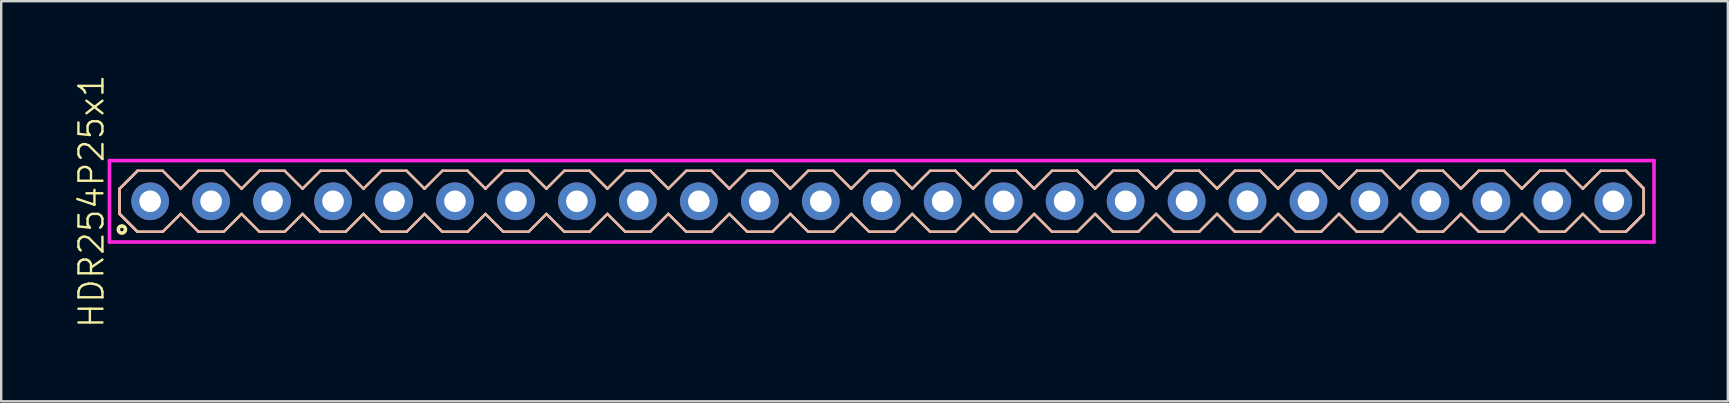
<source format=kicad_pcb>
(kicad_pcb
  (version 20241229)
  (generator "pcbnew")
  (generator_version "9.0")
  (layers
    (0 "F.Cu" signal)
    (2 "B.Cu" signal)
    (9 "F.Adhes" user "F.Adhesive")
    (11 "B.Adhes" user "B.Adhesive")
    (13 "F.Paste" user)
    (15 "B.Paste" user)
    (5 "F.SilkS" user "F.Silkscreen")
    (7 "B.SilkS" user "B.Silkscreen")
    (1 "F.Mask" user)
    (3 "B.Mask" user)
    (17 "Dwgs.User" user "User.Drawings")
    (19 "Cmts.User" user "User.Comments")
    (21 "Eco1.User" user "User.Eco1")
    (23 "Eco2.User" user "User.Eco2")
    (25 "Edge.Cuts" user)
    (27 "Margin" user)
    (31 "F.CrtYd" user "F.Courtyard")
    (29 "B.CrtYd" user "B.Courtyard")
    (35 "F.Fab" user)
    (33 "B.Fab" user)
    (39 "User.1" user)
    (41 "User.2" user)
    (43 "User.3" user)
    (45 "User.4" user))
  (footprint "HDR254P25x1"
    (layer "F.Cu")
    (at 33.685 5.336)
    (property "Reference" "HDR254P25x1" (at -32.925 0 90) (layer "F.SilkS") (effects (font (size 1 1) (thickness 0.1))))
    (attr through_hole)
    (fp_line (start -31.75 -0.526) (end -31.006 -1.27) (stroke (width 0.1) (type solid)) (layer "F.SilkS"))
    (fp_line (start -31.75 -0.526) (end -31.006 -1.27) (stroke (width 0.1) (type solid)) (layer "F.SilkS"))
    (fp_line (start -31.75 0.526) (end -31.75 -0.526) (stroke (width 0.1) (type solid)) (layer "F.SilkS"))
    (fp_line (start -31.75 0.526) (end -31.75 -0.526) (stroke (width 0.1) (type solid)) (layer "F.SilkS"))
    (fp_line (start -31.006 -1.27) (end -29.954 -1.27) (stroke (width 0.1) (type solid)) (layer "F.SilkS"))
    (fp_line (start -31.006 1.27) (end -31.75 0.526) (stroke (width 0.1) (type solid)) (layer "F.SilkS"))
    (fp_line (start -31.006 1.27) (end -31.75 0.526) (stroke (width 0.1) (type solid)) (layer "F.SilkS"))
    (fp_line (start -29.954 -1.27) (end -29.21 -0.526) (stroke (width 0.1) (type solid)) (layer "F.SilkS"))
    (fp_line (start -29.954 1.27) (end -31.006 1.27) (stroke (width 0.1) (type solid)) (layer "F.SilkS"))
    (fp_line (start -29.21 -0.526) (end -28.466 -1.27) (stroke (width 0.1) (type solid)) (layer "F.SilkS"))
    (fp_line (start -29.21 0.526) (end -29.954 1.27) (stroke (width 0.1) (type solid)) (layer "F.SilkS"))
    (fp_line (start -28.466 -1.27) (end -27.414 -1.27) (stroke (width 0.1) (type solid)) (layer "F.SilkS"))
    (fp_line (start -28.466 1.27) (end -29.21 0.526) (stroke (width 0.1) (type solid)) (layer "F.SilkS"))
    (fp_line (start -27.414 -1.27) (end -26.67 -0.526) (stroke (width 0.1) (type solid)) (layer "F.SilkS"))
    (fp_line (start -27.414 1.27) (end -28.466 1.27) (stroke (width 0.1) (type solid)) (layer "F.SilkS"))
    (fp_line (start -26.67 -0.526) (end -25.926 -1.27) (stroke (width 0.1) (type solid)) (layer "F.SilkS"))
    (fp_line (start -26.67 0.526) (end -27.414 1.27) (stroke (width 0.1) (type solid)) (layer "F.SilkS"))
    (fp_line (start -25.926 -1.27) (end -24.874 -1.27) (stroke (width 0.1) (type solid)) (layer "F.SilkS"))
    (fp_line (start -25.926 1.27) (end -26.67 0.526) (stroke (width 0.1) (type solid)) (layer "F.SilkS"))
    (fp_line (start -24.874 -1.27) (end -24.13 -0.526) (stroke (width 0.1) (type solid)) (layer "F.SilkS"))
    (fp_line (start -24.874 1.27) (end -25.926 1.27) (stroke (width 0.1) (type solid)) (layer "F.SilkS"))
    (fp_line (start -24.13 -0.526) (end -23.386 -1.27) (stroke (width 0.1) (type solid)) (layer "F.SilkS"))
    (fp_line (start -24.13 0.526) (end -24.874 1.27) (stroke (width 0.1) (type solid)) (layer "F.SilkS"))
    (fp_line (start -23.386 -1.27) (end -22.334 -1.27) (stroke (width 0.1) (type solid)) (layer "F.SilkS"))
    (fp_line (start -23.386 1.27) (end -24.13 0.526) (stroke (width 0.1) (type solid)) (layer "F.SilkS"))
    (fp_line (start -22.334 -1.27) (end -21.59 -0.526) (stroke (width 0.1) (type solid)) (layer "F.SilkS"))
    (fp_line (start -22.334 1.27) (end -23.386 1.27) (stroke (width 0.1) (type solid)) (layer "F.SilkS"))
    (fp_line (start -21.59 -0.526) (end -20.846 -1.27) (stroke (width 0.1) (type solid)) (layer "F.SilkS"))
    (fp_line (start -21.59 0.526) (end -22.334 1.27) (stroke (width 0.1) (type solid)) (layer "F.SilkS"))
    (fp_line (start -20.846 -1.27) (end -19.794 -1.27) (stroke (width 0.1) (type solid)) (layer "F.SilkS"))
    (fp_line (start -20.846 1.27) (end -21.59 0.526) (stroke (width 0.1) (type solid)) (layer "F.SilkS"))
    (fp_line (start -19.794 -1.27) (end -19.05 -0.526) (stroke (width 0.1) (type solid)) (layer "F.SilkS"))
    (fp_line (start -19.794 1.27) (end -20.846 1.27) (stroke (width 0.1) (type solid)) (layer "F.SilkS"))
    (fp_line (start -19.05 -0.526) (end -18.306 -1.27) (stroke (width 0.1) (type solid)) (layer "F.SilkS"))
    (fp_line (start -19.05 0.526) (end -19.794 1.27) (stroke (width 0.1) (type solid)) (layer "F.SilkS"))
    (fp_line (start -18.306 -1.27) (end -17.254 -1.27) (stroke (width 0.1) (type solid)) (layer "F.SilkS"))
    (fp_line (start -18.306 1.27) (end -19.05 0.526) (stroke (width 0.1) (type solid)) (layer "F.SilkS"))
    (fp_line (start -17.254 -1.27) (end -16.51 -0.526) (stroke (width 0.1) (type solid)) (layer "F.SilkS"))
    (fp_line (start -17.254 1.27) (end -18.306 1.27) (stroke (width 0.1) (type solid)) (layer "F.SilkS"))
    (fp_line (start -16.51 -0.526) (end -15.766 -1.27) (stroke (width 0.1) (type solid)) (layer "F.SilkS"))
    (fp_line (start -16.51 0.526) (end -17.254 1.27) (stroke (width 0.1) (type solid)) (layer "F.SilkS"))
    (fp_line (start -15.766 -1.27) (end -14.714 -1.27) (stroke (width 0.1) (type solid)) (layer "F.SilkS"))
    (fp_line (start -15.766 1.27) (end -16.51 0.526) (stroke (width 0.1) (type solid)) (layer "F.SilkS"))
    (fp_line (start -14.714 -1.27) (end -13.97 -0.526) (stroke (width 0.1) (type solid)) (layer "F.SilkS"))
    (fp_line (start -14.714 1.27) (end -15.766 1.27) (stroke (width 0.1) (type solid)) (layer "F.SilkS"))
    (fp_line (start -13.97 -0.526) (end -13.226 -1.27) (stroke (width 0.1) (type solid)) (layer "F.SilkS"))
    (fp_line (start -13.97 0.526) (end -14.714 1.27) (stroke (width 0.1) (type solid)) (layer "F.SilkS"))
    (fp_line (start -13.226 -1.27) (end -12.174 -1.27) (stroke (width 0.1) (type solid)) (layer "F.SilkS"))
    (fp_line (start -13.226 1.27) (end -13.97 0.526) (stroke (width 0.1) (type solid)) (layer "F.SilkS"))
    (fp_line (start -12.174 -1.27) (end -11.43 -0.526) (stroke (width 0.1) (type solid)) (layer "F.SilkS"))
    (fp_line (start -12.174 1.27) (end -13.226 1.27) (stroke (width 0.1) (type solid)) (layer "F.SilkS"))
    (fp_line (start -11.43 -0.526) (end -10.686 -1.27) (stroke (width 0.1) (type solid)) (layer "F.SilkS"))
    (fp_line (start -11.43 0.526) (end -12.174 1.27) (stroke (width 0.1) (type solid)) (layer "F.SilkS"))
    (fp_line (start -10.686 -1.27) (end -9.634 -1.27) (stroke (width 0.1) (type solid)) (layer "F.SilkS"))
    (fp_line (start -10.686 1.27) (end -11.43 0.526) (stroke (width 0.1) (type solid)) (layer "F.SilkS"))
    (fp_line (start -9.634 -1.27) (end -8.89 -0.526) (stroke (width 0.1) (type solid)) (layer "F.SilkS"))
    (fp_line (start -9.634 1.27) (end -10.686 1.27) (stroke (width 0.1) (type solid)) (layer "F.SilkS"))
    (fp_line (start -8.89 -0.526) (end -8.146 -1.27) (stroke (width 0.1) (type solid)) (layer "F.SilkS"))
    (fp_line (start -8.89 0.526) (end -9.634 1.27) (stroke (width 0.1) (type solid)) (layer "F.SilkS"))
    (fp_line (start -8.146 -1.27) (end -7.094 -1.27) (stroke (width 0.1) (type solid)) (layer "F.SilkS"))
    (fp_line (start -8.146 1.27) (end -8.89 0.526) (stroke (width 0.1) (type solid)) (layer "F.SilkS"))
    (fp_line (start -7.094 -1.27) (end -6.35 -0.526) (stroke (width 0.1) (type solid)) (layer "F.SilkS"))
    (fp_line (start -7.094 1.27) (end -8.146 1.27) (stroke (width 0.1) (type solid)) (layer "F.SilkS"))
    (fp_line (start -6.35 -0.526) (end -5.606 -1.27) (stroke (width 0.1) (type solid)) (layer "F.SilkS"))
    (fp_line (start -6.35 0.526) (end -7.094 1.27) (stroke (width 0.1) (type solid)) (layer "F.SilkS"))
    (fp_line (start -5.606 -1.27) (end -4.554 -1.27) (stroke (width 0.1) (type solid)) (layer "F.SilkS"))
    (fp_line (start -5.606 1.27) (end -6.35 0.526) (stroke (width 0.1) (type solid)) (layer "F.SilkS"))
    (fp_line (start -4.554 -1.27) (end -3.81 -0.526) (stroke (width 0.1) (type solid)) (layer "F.SilkS"))
    (fp_line (start -4.554 1.27) (end -5.606 1.27) (stroke (width 0.1) (type solid)) (layer "F.SilkS"))
    (fp_line (start -3.81 -0.526) (end -3.066 -1.27) (stroke (width 0.1) (type solid)) (layer "F.SilkS"))
    (fp_line (start -3.81 0.526) (end -4.554 1.27) (stroke (width 0.1) (type solid)) (layer "F.SilkS"))
    (fp_line (start -3.066 -1.27) (end -2.014 -1.27) (stroke (width 0.1) (type solid)) (layer "F.SilkS"))
    (fp_line (start -3.066 1.27) (end -3.81 0.526) (stroke (width 0.1) (type solid)) (layer "F.SilkS"))
    (fp_line (start -2.014 -1.27) (end -1.27 -0.526) (stroke (width 0.1) (type solid)) (layer "F.SilkS"))
    (fp_line (start -2.014 1.27) (end -3.066 1.27) (stroke (width 0.1) (type solid)) (layer "F.SilkS"))
    (fp_line (start -1.27 -0.526) (end -0.526 -1.27) (stroke (width 0.1) (type solid)) (layer "F.SilkS"))
    (fp_line (start -1.27 0.526) (end -2.014 1.27) (stroke (width 0.1) (type solid)) (layer "F.SilkS"))
    (fp_line (start -0.526 -1.27) (end 0.526 -1.27) (stroke (width 0.1) (type solid)) (layer "F.SilkS"))
    (fp_line (start -0.526 1.27) (end -1.27 0.526) (stroke (width 0.1) (type solid)) (layer "F.SilkS"))
    (fp_line (start 0.526 -1.27) (end 1.27 -0.526) (stroke (width 0.1) (type solid)) (layer "F.SilkS"))
    (fp_line (start 0.526 1.27) (end -0.526 1.27) (stroke (width 0.1) (type solid)) (layer "F.SilkS"))
    (fp_line (start 1.27 -0.526) (end 2.014 -1.27) (stroke (width 0.1) (type solid)) (layer "F.SilkS"))
    (fp_line (start 1.27 0.526) (end 0.526 1.27) (stroke (width 0.1) (type solid)) (layer "F.SilkS"))
    (fp_line (start 2.014 -1.27) (end 3.066 -1.27) (stroke (width 0.1) (type solid)) (layer "F.SilkS"))
    (fp_line (start 2.014 1.27) (end 1.27 0.526) (stroke (width 0.1) (type solid)) (layer "F.SilkS"))
    (fp_line (start 3.066 -1.27) (end 3.81 -0.526) (stroke (width 0.1) (type solid)) (layer "F.SilkS"))
    (fp_line (start 3.066 1.27) (end 2.014 1.27) (stroke (width 0.1) (type solid)) (layer "F.SilkS"))
    (fp_line (start 3.81 -0.526) (end 4.554 -1.27) (stroke (width 0.1) (type solid)) (layer "F.SilkS"))
    (fp_line (start 3.81 0.526) (end 3.066 1.27) (stroke (width 0.1) (type solid)) (layer "F.SilkS"))
    (fp_line (start 4.554 -1.27) (end 5.606 -1.27) (stroke (width 0.1) (type solid)) (layer "F.SilkS"))
    (fp_line (start 4.554 1.27) (end 3.81 0.526) (stroke (width 0.1) (type solid)) (layer "F.SilkS"))
    (fp_line (start 5.606 -1.27) (end 6.35 -0.526) (stroke (width 0.1) (type solid)) (layer "F.SilkS"))
    (fp_line (start 5.606 1.27) (end 4.554 1.27) (stroke (width 0.1) (type solid)) (layer "F.SilkS"))
    (fp_line (start 6.35 -0.526) (end 7.094 -1.27) (stroke (width 0.1) (type solid)) (layer "F.SilkS"))
    (fp_line (start 6.35 0.526) (end 5.606 1.27) (stroke (width 0.1) (type solid)) (layer "F.SilkS"))
    (fp_line (start 7.094 -1.27) (end 8.146 -1.27) (stroke (width 0.1) (type solid)) (layer "F.SilkS"))
    (fp_line (start 7.094 1.27) (end 6.35 0.526) (stroke (width 0.1) (type solid)) (layer "F.SilkS"))
    (fp_line (start 8.146 -1.27) (end 8.89 -0.526) (stroke (width 0.1) (type solid)) (layer "F.SilkS"))
    (fp_line (start 8.146 1.27) (end 7.094 1.27) (stroke (width 0.1) (type solid)) (layer "F.SilkS"))
    (fp_line (start 8.89 -0.526) (end 9.634 -1.27) (stroke (width 0.1) (type solid)) (layer "F.SilkS"))
    (fp_line (start 8.89 0.526) (end 8.146 1.27) (stroke (width 0.1) (type solid)) (layer "F.SilkS"))
    (fp_line (start 9.634 -1.27) (end 10.686 -1.27) (stroke (width 0.1) (type solid)) (layer "F.SilkS"))
    (fp_line (start 9.634 1.27) (end 8.89 0.526) (stroke (width 0.1) (type solid)) (layer "F.SilkS"))
    (fp_line (start 10.686 -1.27) (end 11.43 -0.526) (stroke (width 0.1) (type solid)) (layer "F.SilkS"))
    (fp_line (start 10.686 1.27) (end 9.634 1.27) (stroke (width 0.1) (type solid)) (layer "F.SilkS"))
    (fp_line (start 11.43 -0.526) (end 12.174 -1.27) (stroke (width 0.1) (type solid)) (layer "F.SilkS"))
    (fp_line (start 11.43 0.526) (end 10.686 1.27) (stroke (width 0.1) (type solid)) (layer "F.SilkS"))
    (fp_line (start 12.174 -1.27) (end 13.226 -1.27) (stroke (width 0.1) (type solid)) (layer "F.SilkS"))
    (fp_line (start 12.174 1.27) (end 11.43 0.526) (stroke (width 0.1) (type solid)) (layer "F.SilkS"))
    (fp_line (start 13.226 -1.27) (end 13.97 -0.526) (stroke (width 0.1) (type solid)) (layer "F.SilkS"))
    (fp_line (start 13.226 1.27) (end 12.174 1.27) (stroke (width 0.1) (type solid)) (layer "F.SilkS"))
    (fp_line (start 13.97 -0.526) (end 14.714 -1.27) (stroke (width 0.1) (type solid)) (layer "F.SilkS"))
    (fp_line (start 13.97 0.526) (end 13.226 1.27) (stroke (width 0.1) (type solid)) (layer "F.SilkS"))
    (fp_line (start 14.714 -1.27) (end 15.766 -1.27) (stroke (width 0.1) (type solid)) (layer "F.SilkS"))
    (fp_line (start 14.714 1.27) (end 13.97 0.526) (stroke (width 0.1) (type solid)) (layer "F.SilkS"))
    (fp_line (start 15.766 -1.27) (end 16.51 -0.526) (stroke (width 0.1) (type solid)) (layer "F.SilkS"))
    (fp_line (start 15.766 1.27) (end 14.714 1.27) (stroke (width 0.1) (type solid)) (layer "F.SilkS"))
    (fp_line (start 16.51 -0.526) (end 17.254 -1.27) (stroke (width 0.1) (type solid)) (layer "F.SilkS"))
    (fp_line (start 16.51 0.526) (end 15.766 1.27) (stroke (width 0.1) (type solid)) (layer "F.SilkS"))
    (fp_line (start 17.254 -1.27) (end 18.306 -1.27) (stroke (width 0.1) (type solid)) (layer "F.SilkS"))
    (fp_line (start 17.254 1.27) (end 16.51 0.526) (stroke (width 0.1) (type solid)) (layer "F.SilkS"))
    (fp_line (start 18.306 -1.27) (end 19.05 -0.526) (stroke (width 0.1) (type solid)) (layer "F.SilkS"))
    (fp_line (start 18.306 1.27) (end 17.254 1.27) (stroke (width 0.1) (type solid)) (layer "F.SilkS"))
    (fp_line (start 19.05 -0.526) (end 19.794 -1.27) (stroke (width 0.1) (type solid)) (layer "F.SilkS"))
    (fp_line (start 19.05 0.526) (end 18.306 1.27) (stroke (width 0.1) (type solid)) (layer "F.SilkS"))
    (fp_line (start 19.794 -1.27) (end 20.846 -1.27) (stroke (width 0.1) (type solid)) (layer "F.SilkS"))
    (fp_line (start 19.794 1.27) (end 19.05 0.526) (stroke (width 0.1) (type solid)) (layer "F.SilkS"))
    (fp_line (start 20.846 -1.27) (end 21.59 -0.526) (stroke (width 0.1) (type solid)) (layer "F.SilkS"))
    (fp_line (start 20.846 1.27) (end 19.794 1.27) (stroke (width 0.1) (type solid)) (layer "F.SilkS"))
    (fp_line (start 21.59 -0.526) (end 22.334 -1.27) (stroke (width 0.1) (type solid)) (layer "F.SilkS"))
    (fp_line (start 21.59 0.526) (end 20.846 1.27) (stroke (width 0.1) (type solid)) (layer "F.SilkS"))
    (fp_line (start 22.334 -1.27) (end 23.386 -1.27) (stroke (width 0.1) (type solid)) (layer "F.SilkS"))
    (fp_line (start 22.334 1.27) (end 21.59 0.526) (stroke (width 0.1) (type solid)) (layer "F.SilkS"))
    (fp_line (start 23.386 -1.27) (end 24.13 -0.526) (stroke (width 0.1) (type solid)) (layer "F.SilkS"))
    (fp_line (start 23.386 1.27) (end 22.334 1.27) (stroke (width 0.1) (type solid)) (layer "F.SilkS"))
    (fp_line (start 24.13 -0.526) (end 24.874 -1.27) (stroke (width 0.1) (type solid)) (layer "F.SilkS"))
    (fp_line (start 24.13 0.526) (end 23.386 1.27) (stroke (width 0.1) (type solid)) (layer "F.SilkS"))
    (fp_line (start 24.874 -1.27) (end 25.926 -1.27) (stroke (width 0.1) (type solid)) (layer "F.SilkS"))
    (fp_line (start 24.874 1.27) (end 24.13 0.526) (stroke (width 0.1) (type solid)) (layer "F.SilkS"))
    (fp_line (start 25.926 -1.27) (end 26.67 -0.526) (stroke (width 0.1) (type solid)) (layer "F.SilkS"))
    (fp_line (start 25.926 1.27) (end 24.874 1.27) (stroke (width 0.1) (type solid)) (layer "F.SilkS"))
    (fp_line (start 26.67 -0.526) (end 27.414 -1.27) (stroke (width 0.1) (type solid)) (layer "F.SilkS"))
    (fp_line (start 26.67 0.526) (end 25.926 1.27) (stroke (width 0.1) (type solid)) (layer "F.SilkS"))
    (fp_line (start 27.414 -1.27) (end 28.466 -1.27) (stroke (width 0.1) (type solid)) (layer "F.SilkS"))
    (fp_line (start 27.414 1.27) (end 26.67 0.526) (stroke (width 0.1) (type solid)) (layer "F.SilkS"))
    (fp_line (start 28.466 -1.27) (end 29.21 -0.526) (stroke (width 0.1) (type solid)) (layer "F.SilkS"))
    (fp_line (start 28.466 1.27) (end 27.414 1.27) (stroke (width 0.1) (type solid)) (layer "F.SilkS"))
    (fp_line (start 29.21 -0.526) (end 29.954 -1.27) (stroke (width 0.1) (type solid)) (layer "F.SilkS"))
    (fp_line (start 29.21 0.526) (end 28.466 1.27) (stroke (width 0.1) (type solid)) (layer "F.SilkS"))
    (fp_line (start 29.954 -1.27) (end 31.006 -1.27) (stroke (width 0.1) (type solid)) (layer "F.SilkS"))
    (fp_line (start 29.954 1.27) (end 29.21 0.526) (stroke (width 0.1) (type solid)) (layer "F.SilkS"))
    (fp_line (start 31.006 -1.27) (end 31.75 -0.526) (stroke (width 0.1) (type solid)) (layer "F.SilkS"))
    (fp_line (start 31.006 -1.27) (end 31.75 -0.526) (stroke (width 0.1) (type solid)) (layer "F.SilkS"))
    (fp_line (start 31.006 1.27) (end 29.954 1.27) (stroke (width 0.1) (type solid)) (layer "F.SilkS"))
    (fp_line (start 31.75 -0.526) (end 31.75 0.526) (stroke (width 0.1) (type solid)) (layer "F.SilkS"))
    (fp_line (start 31.75 -0.526) (end 31.75 0.526) (stroke (width 0.1) (type solid)) (layer "F.SilkS"))
    (fp_line (start 31.75 0.526) (end 31.006 1.27) (stroke (width 0.1) (type solid)) (layer "F.SilkS"))
    (fp_line (start 31.75 0.526) (end 31.006 1.27) (stroke (width 0.1) (type solid)) (layer "F.SilkS"))
    (fp_circle (center -31.657 1.177) (end -31.508 1.177) (stroke (width 0.15) (type solid)) (fill no) (layer "F.SilkS"))
    (fp_line (start -31.75 -0.526) (end -31.006 -1.27) (stroke (width 0.1) (type solid)) (layer "B.SilkS"))
    (fp_line (start -31.75 -0.526) (end -31.006 -1.27) (stroke (width 0.1) (type solid)) (layer "B.SilkS"))
    (fp_line (start -31.75 0.526) (end -31.75 -0.526) (stroke (width 0.1) (type solid)) (layer "B.SilkS"))
    (fp_line (start -31.75 0.526) (end -31.75 -0.526) (stroke (width 0.1) (type solid)) (layer "B.SilkS"))
    (fp_line (start -31.006 -1.27) (end -29.954 -1.27) (stroke (width 0.1) (type solid)) (layer "B.SilkS"))
    (fp_line (start -31.006 1.27) (end -31.75 0.526) (stroke (width 0.1) (type solid)) (layer "B.SilkS"))
    (fp_line (start -31.006 1.27) (end -31.75 0.526) (stroke (width 0.1) (type solid)) (layer "B.SilkS"))
    (fp_line (start -29.954 -1.27) (end -29.21 -0.526) (stroke (width 0.1) (type solid)) (layer "B.SilkS"))
    (fp_line (start -29.954 1.27) (end -31.006 1.27) (stroke (width 0.1) (type solid)) (layer "B.SilkS"))
    (fp_line (start -29.21 -0.526) (end -28.466 -1.27) (stroke (width 0.1) (type solid)) (layer "B.SilkS"))
    (fp_line (start -29.21 0.526) (end -29.954 1.27) (stroke (width 0.1) (type solid)) (layer "B.SilkS"))
    (fp_line (start -28.466 -1.27) (end -27.414 -1.27) (stroke (width 0.1) (type solid)) (layer "B.SilkS"))
    (fp_line (start -28.466 1.27) (end -29.21 0.526) (stroke (width 0.1) (type solid)) (layer "B.SilkS"))
    (fp_line (start -27.414 -1.27) (end -26.67 -0.526) (stroke (width 0.1) (type solid)) (layer "B.SilkS"))
    (fp_line (start -27.414 1.27) (end -28.466 1.27) (stroke (width 0.1) (type solid)) (layer "B.SilkS"))
    (fp_line (start -26.67 -0.526) (end -25.926 -1.27) (stroke (width 0.1) (type solid)) (layer "B.SilkS"))
    (fp_line (start -26.67 0.526) (end -27.414 1.27) (stroke (width 0.1) (type solid)) (layer "B.SilkS"))
    (fp_line (start -25.926 -1.27) (end -24.874 -1.27) (stroke (width 0.1) (type solid)) (layer "B.SilkS"))
    (fp_line (start -25.926 1.27) (end -26.67 0.526) (stroke (width 0.1) (type solid)) (layer "B.SilkS"))
    (fp_line (start -24.874 -1.27) (end -24.13 -0.526) (stroke (width 0.1) (type solid)) (layer "B.SilkS"))
    (fp_line (start -24.874 1.27) (end -25.926 1.27) (stroke (width 0.1) (type solid)) (layer "B.SilkS"))
    (fp_line (start -24.13 -0.526) (end -23.386 -1.27) (stroke (width 0.1) (type solid)) (layer "B.SilkS"))
    (fp_line (start -24.13 0.526) (end -24.874 1.27) (stroke (width 0.1) (type solid)) (layer "B.SilkS"))
    (fp_line (start -23.386 -1.27) (end -22.334 -1.27) (stroke (width 0.1) (type solid)) (layer "B.SilkS"))
    (fp_line (start -23.386 1.27) (end -24.13 0.526) (stroke (width 0.1) (type solid)) (layer "B.SilkS"))
    (fp_line (start -22.334 -1.27) (end -21.59 -0.526) (stroke (width 0.1) (type solid)) (layer "B.SilkS"))
    (fp_line (start -22.334 1.27) (end -23.386 1.27) (stroke (width 0.1) (type solid)) (layer "B.SilkS"))
    (fp_line (start -21.59 -0.526) (end -20.846 -1.27) (stroke (width 0.1) (type solid)) (layer "B.SilkS"))
    (fp_line (start -21.59 0.526) (end -22.334 1.27) (stroke (width 0.1) (type solid)) (layer "B.SilkS"))
    (fp_line (start -20.846 -1.27) (end -19.794 -1.27) (stroke (width 0.1) (type solid)) (layer "B.SilkS"))
    (fp_line (start -20.846 1.27) (end -21.59 0.526) (stroke (width 0.1) (type solid)) (layer "B.SilkS"))
    (fp_line (start -19.794 -1.27) (end -19.05 -0.526) (stroke (width 0.1) (type solid)) (layer "B.SilkS"))
    (fp_line (start -19.794 1.27) (end -20.846 1.27) (stroke (width 0.1) (type solid)) (layer "B.SilkS"))
    (fp_line (start -19.05 -0.526) (end -18.306 -1.27) (stroke (width 0.1) (type solid)) (layer "B.SilkS"))
    (fp_line (start -19.05 0.526) (end -19.794 1.27) (stroke (width 0.1) (type solid)) (layer "B.SilkS"))
    (fp_line (start -18.306 -1.27) (end -17.254 -1.27) (stroke (width 0.1) (type solid)) (layer "B.SilkS"))
    (fp_line (start -18.306 1.27) (end -19.05 0.526) (stroke (width 0.1) (type solid)) (layer "B.SilkS"))
    (fp_line (start -17.254 -1.27) (end -16.51 -0.526) (stroke (width 0.1) (type solid)) (layer "B.SilkS"))
    (fp_line (start -17.254 1.27) (end -18.306 1.27) (stroke (width 0.1) (type solid)) (layer "B.SilkS"))
    (fp_line (start -16.51 -0.526) (end -15.766 -1.27) (stroke (width 0.1) (type solid)) (layer "B.SilkS"))
    (fp_line (start -16.51 0.526) (end -17.254 1.27) (stroke (width 0.1) (type solid)) (layer "B.SilkS"))
    (fp_line (start -15.766 -1.27) (end -14.714 -1.27) (stroke (width 0.1) (type solid)) (layer "B.SilkS"))
    (fp_line (start -15.766 1.27) (end -16.51 0.526) (stroke (width 0.1) (type solid)) (layer "B.SilkS"))
    (fp_line (start -14.714 -1.27) (end -13.97 -0.526) (stroke (width 0.1) (type solid)) (layer "B.SilkS"))
    (fp_line (start -14.714 1.27) (end -15.766 1.27) (stroke (width 0.1) (type solid)) (layer "B.SilkS"))
    (fp_line (start -13.97 -0.526) (end -13.226 -1.27) (stroke (width 0.1) (type solid)) (layer "B.SilkS"))
    (fp_line (start -13.97 0.526) (end -14.714 1.27) (stroke (width 0.1) (type solid)) (layer "B.SilkS"))
    (fp_line (start -13.226 -1.27) (end -12.174 -1.27) (stroke (width 0.1) (type solid)) (layer "B.SilkS"))
    (fp_line (start -13.226 1.27) (end -13.97 0.526) (stroke (width 0.1) (type solid)) (layer "B.SilkS"))
    (fp_line (start -12.174 -1.27) (end -11.43 -0.526) (stroke (width 0.1) (type solid)) (layer "B.SilkS"))
    (fp_line (start -12.174 1.27) (end -13.226 1.27) (stroke (width 0.1) (type solid)) (layer "B.SilkS"))
    (fp_line (start -11.43 -0.526) (end -10.686 -1.27) (stroke (width 0.1) (type solid)) (layer "B.SilkS"))
    (fp_line (start -11.43 0.526) (end -12.174 1.27) (stroke (width 0.1) (type solid)) (layer "B.SilkS"))
    (fp_line (start -10.686 -1.27) (end -9.634 -1.27) (stroke (width 0.1) (type solid)) (layer "B.SilkS"))
    (fp_line (start -10.686 1.27) (end -11.43 0.526) (stroke (width 0.1) (type solid)) (layer "B.SilkS"))
    (fp_line (start -9.634 -1.27) (end -8.89 -0.526) (stroke (width 0.1) (type solid)) (layer "B.SilkS"))
    (fp_line (start -9.634 1.27) (end -10.686 1.27) (stroke (width 0.1) (type solid)) (layer "B.SilkS"))
    (fp_line (start -8.89 -0.526) (end -8.146 -1.27) (stroke (width 0.1) (type solid)) (layer "B.SilkS"))
    (fp_line (start -8.89 0.526) (end -9.634 1.27) (stroke (width 0.1) (type solid)) (layer "B.SilkS"))
    (fp_line (start -8.146 -1.27) (end -7.094 -1.27) (stroke (width 0.1) (type solid)) (layer "B.SilkS"))
    (fp_line (start -8.146 1.27) (end -8.89 0.526) (stroke (width 0.1) (type solid)) (layer "B.SilkS"))
    (fp_line (start -7.094 -1.27) (end -6.35 -0.526) (stroke (width 0.1) (type solid)) (layer "B.SilkS"))
    (fp_line (start -7.094 1.27) (end -8.146 1.27) (stroke (width 0.1) (type solid)) (layer "B.SilkS"))
    (fp_line (start -6.35 -0.526) (end -5.606 -1.27) (stroke (width 0.1) (type solid)) (layer "B.SilkS"))
    (fp_line (start -6.35 0.526) (end -7.094 1.27) (stroke (width 0.1) (type solid)) (layer "B.SilkS"))
    (fp_line (start -5.606 -1.27) (end -4.554 -1.27) (stroke (width 0.1) (type solid)) (layer "B.SilkS"))
    (fp_line (start -5.606 1.27) (end -6.35 0.526) (stroke (width 0.1) (type solid)) (layer "B.SilkS"))
    (fp_line (start -4.554 -1.27) (end -3.81 -0.526) (stroke (width 0.1) (type solid)) (layer "B.SilkS"))
    (fp_line (start -4.554 1.27) (end -5.606 1.27) (stroke (width 0.1) (type solid)) (layer "B.SilkS"))
    (fp_line (start -3.81 -0.526) (end -3.066 -1.27) (stroke (width 0.1) (type solid)) (layer "B.SilkS"))
    (fp_line (start -3.81 0.526) (end -4.554 1.27) (stroke (width 0.1) (type solid)) (layer "B.SilkS"))
    (fp_line (start -3.066 -1.27) (end -2.014 -1.27) (stroke (width 0.1) (type solid)) (layer "B.SilkS"))
    (fp_line (start -3.066 1.27) (end -3.81 0.526) (stroke (width 0.1) (type solid)) (layer "B.SilkS"))
    (fp_line (start -2.014 -1.27) (end -1.27 -0.526) (stroke (width 0.1) (type solid)) (layer "B.SilkS"))
    (fp_line (start -2.014 1.27) (end -3.066 1.27) (stroke (width 0.1) (type solid)) (layer "B.SilkS"))
    (fp_line (start -1.27 -0.526) (end -0.526 -1.27) (stroke (width 0.1) (type solid)) (layer "B.SilkS"))
    (fp_line (start -1.27 0.526) (end -2.014 1.27) (stroke (width 0.1) (type solid)) (layer "B.SilkS"))
    (fp_line (start -0.526 -1.27) (end 0.526 -1.27) (stroke (width 0.1) (type solid)) (layer "B.SilkS"))
    (fp_line (start -0.526 1.27) (end -1.27 0.526) (stroke (width 0.1) (type solid)) (layer "B.SilkS"))
    (fp_line (start 0.526 -1.27) (end 1.27 -0.526) (stroke (width 0.1) (type solid)) (layer "B.SilkS"))
    (fp_line (start 0.526 1.27) (end -0.526 1.27) (stroke (width 0.1) (type solid)) (layer "B.SilkS"))
    (fp_line (start 1.27 -0.526) (end 2.014 -1.27) (stroke (width 0.1) (type solid)) (layer "B.SilkS"))
    (fp_line (start 1.27 0.526) (end 0.526 1.27) (stroke (width 0.1) (type solid)) (layer "B.SilkS"))
    (fp_line (start 2.014 -1.27) (end 3.066 -1.27) (stroke (width 0.1) (type solid)) (layer "B.SilkS"))
    (fp_line (start 2.014 1.27) (end 1.27 0.526) (stroke (width 0.1) (type solid)) (layer "B.SilkS"))
    (fp_line (start 3.066 -1.27) (end 3.81 -0.526) (stroke (width 0.1) (type solid)) (layer "B.SilkS"))
    (fp_line (start 3.066 1.27) (end 2.014 1.27) (stroke (width 0.1) (type solid)) (layer "B.SilkS"))
    (fp_line (start 3.81 -0.526) (end 4.554 -1.27) (stroke (width 0.1) (type solid)) (layer "B.SilkS"))
    (fp_line (start 3.81 0.526) (end 3.066 1.27) (stroke (width 0.1) (type solid)) (layer "B.SilkS"))
    (fp_line (start 4.554 -1.27) (end 5.606 -1.27) (stroke (width 0.1) (type solid)) (layer "B.SilkS"))
    (fp_line (start 4.554 1.27) (end 3.81 0.526) (stroke (width 0.1) (type solid)) (layer "B.SilkS"))
    (fp_line (start 5.606 -1.27) (end 6.35 -0.526) (stroke (width 0.1) (type solid)) (layer "B.SilkS"))
    (fp_line (start 5.606 1.27) (end 4.554 1.27) (stroke (width 0.1) (type solid)) (layer "B.SilkS"))
    (fp_line (start 6.35 -0.526) (end 7.094 -1.27) (stroke (width 0.1) (type solid)) (layer "B.SilkS"))
    (fp_line (start 6.35 0.526) (end 5.606 1.27) (stroke (width 0.1) (type solid)) (layer "B.SilkS"))
    (fp_line (start 7.094 -1.27) (end 8.146 -1.27) (stroke (width 0.1) (type solid)) (layer "B.SilkS"))
    (fp_line (start 7.094 1.27) (end 6.35 0.526) (stroke (width 0.1) (type solid)) (layer "B.SilkS"))
    (fp_line (start 8.146 -1.27) (end 8.89 -0.526) (stroke (width 0.1) (type solid)) (layer "B.SilkS"))
    (fp_line (start 8.146 1.27) (end 7.094 1.27) (stroke (width 0.1) (type solid)) (layer "B.SilkS"))
    (fp_line (start 8.89 -0.526) (end 9.634 -1.27) (stroke (width 0.1) (type solid)) (layer "B.SilkS"))
    (fp_line (start 8.89 0.526) (end 8.146 1.27) (stroke (width 0.1) (type solid)) (layer "B.SilkS"))
    (fp_line (start 9.634 -1.27) (end 10.686 -1.27) (stroke (width 0.1) (type solid)) (layer "B.SilkS"))
    (fp_line (start 9.634 1.27) (end 8.89 0.526) (stroke (width 0.1) (type solid)) (layer "B.SilkS"))
    (fp_line (start 10.686 -1.27) (end 11.43 -0.526) (stroke (width 0.1) (type solid)) (layer "B.SilkS"))
    (fp_line (start 10.686 1.27) (end 9.634 1.27) (stroke (width 0.1) (type solid)) (layer "B.SilkS"))
    (fp_line (start 11.43 -0.526) (end 12.174 -1.27) (stroke (width 0.1) (type solid)) (layer "B.SilkS"))
    (fp_line (start 11.43 0.526) (end 10.686 1.27) (stroke (width 0.1) (type solid)) (layer "B.SilkS"))
    (fp_line (start 12.174 -1.27) (end 13.226 -1.27) (stroke (width 0.1) (type solid)) (layer "B.SilkS"))
    (fp_line (start 12.174 1.27) (end 11.43 0.526) (stroke (width 0.1) (type solid)) (layer "B.SilkS"))
    (fp_line (start 13.226 -1.27) (end 13.97 -0.526) (stroke (width 0.1) (type solid)) (layer "B.SilkS"))
    (fp_line (start 13.226 1.27) (end 12.174 1.27) (stroke (width 0.1) (type solid)) (layer "B.SilkS"))
    (fp_line (start 13.97 -0.526) (end 14.714 -1.27) (stroke (width 0.1) (type solid)) (layer "B.SilkS"))
    (fp_line (start 13.97 0.526) (end 13.226 1.27) (stroke (width 0.1) (type solid)) (layer "B.SilkS"))
    (fp_line (start 14.714 -1.27) (end 15.766 -1.27) (stroke (width 0.1) (type solid)) (layer "B.SilkS"))
    (fp_line (start 14.714 1.27) (end 13.97 0.526) (stroke (width 0.1) (type solid)) (layer "B.SilkS"))
    (fp_line (start 15.766 -1.27) (end 16.51 -0.526) (stroke (width 0.1) (type solid)) (layer "B.SilkS"))
    (fp_line (start 15.766 1.27) (end 14.714 1.27) (stroke (width 0.1) (type solid)) (layer "B.SilkS"))
    (fp_line (start 16.51 -0.526) (end 17.254 -1.27) (stroke (width 0.1) (type solid)) (layer "B.SilkS"))
    (fp_line (start 16.51 0.526) (end 15.766 1.27) (stroke (width 0.1) (type solid)) (layer "B.SilkS"))
    (fp_line (start 17.254 -1.27) (end 18.306 -1.27) (stroke (width 0.1) (type solid)) (layer "B.SilkS"))
    (fp_line (start 17.254 1.27) (end 16.51 0.526) (stroke (width 0.1) (type solid)) (layer "B.SilkS"))
    (fp_line (start 18.306 -1.27) (end 19.05 -0.526) (stroke (width 0.1) (type solid)) (layer "B.SilkS"))
    (fp_line (start 18.306 1.27) (end 17.254 1.27) (stroke (width 0.1) (type solid)) (layer "B.SilkS"))
    (fp_line (start 19.05 -0.526) (end 19.794 -1.27) (stroke (width 0.1) (type solid)) (layer "B.SilkS"))
    (fp_line (start 19.05 0.526) (end 18.306 1.27) (stroke (width 0.1) (type solid)) (layer "B.SilkS"))
    (fp_line (start 19.794 -1.27) (end 20.846 -1.27) (stroke (width 0.1) (type solid)) (layer "B.SilkS"))
    (fp_line (start 19.794 1.27) (end 19.05 0.526) (stroke (width 0.1) (type solid)) (layer "B.SilkS"))
    (fp_line (start 20.846 -1.27) (end 21.59 -0.526) (stroke (width 0.1) (type solid)) (layer "B.SilkS"))
    (fp_line (start 20.846 1.27) (end 19.794 1.27) (stroke (width 0.1) (type solid)) (layer "B.SilkS"))
    (fp_line (start 21.59 -0.526) (end 22.334 -1.27) (stroke (width 0.1) (type solid)) (layer "B.SilkS"))
    (fp_line (start 21.59 0.526) (end 20.846 1.27) (stroke (width 0.1) (type solid)) (layer "B.SilkS"))
    (fp_line (start 22.334 -1.27) (end 23.386 -1.27) (stroke (width 0.1) (type solid)) (layer "B.SilkS"))
    (fp_line (start 22.334 1.27) (end 21.59 0.526) (stroke (width 0.1) (type solid)) (layer "B.SilkS"))
    (fp_line (start 23.386 -1.27) (end 24.13 -0.526) (stroke (width 0.1) (type solid)) (layer "B.SilkS"))
    (fp_line (start 23.386 1.27) (end 22.334 1.27) (stroke (width 0.1) (type solid)) (layer "B.SilkS"))
    (fp_line (start 24.13 -0.526) (end 24.874 -1.27) (stroke (width 0.1) (type solid)) (layer "B.SilkS"))
    (fp_line (start 24.13 0.526) (end 23.386 1.27) (stroke (width 0.1) (type solid)) (layer "B.SilkS"))
    (fp_line (start 24.874 -1.27) (end 25.926 -1.27) (stroke (width 0.1) (type solid)) (layer "B.SilkS"))
    (fp_line (start 24.874 1.27) (end 24.13 0.526) (stroke (width 0.1) (type solid)) (layer "B.SilkS"))
    (fp_line (start 25.926 -1.27) (end 26.67 -0.526) (stroke (width 0.1) (type solid)) (layer "B.SilkS"))
    (fp_line (start 25.926 1.27) (end 24.874 1.27) (stroke (width 0.1) (type solid)) (layer "B.SilkS"))
    (fp_line (start 26.67 -0.526) (end 27.414 -1.27) (stroke (width 0.1) (type solid)) (layer "B.SilkS"))
    (fp_line (start 26.67 0.526) (end 25.926 1.27) (stroke (width 0.1) (type solid)) (layer "B.SilkS"))
    (fp_line (start 27.414 -1.27) (end 28.466 -1.27) (stroke (width 0.1) (type solid)) (layer "B.SilkS"))
    (fp_line (start 27.414 1.27) (end 26.67 0.526) (stroke (width 0.1) (type solid)) (layer "B.SilkS"))
    (fp_line (start 28.466 -1.27) (end 29.21 -0.526) (stroke (width 0.1) (type solid)) (layer "B.SilkS"))
    (fp_line (start 28.466 1.27) (end 27.414 1.27) (stroke (width 0.1) (type solid)) (layer "B.SilkS"))
    (fp_line (start 29.21 -0.526) (end 29.954 -1.27) (stroke (width 0.1) (type solid)) (layer "B.SilkS"))
    (fp_line (start 29.21 0.526) (end 28.466 1.27) (stroke (width 0.1) (type solid)) (layer "B.SilkS"))
    (fp_line (start 29.954 -1.27) (end 31.006 -1.27) (stroke (width 0.1) (type solid)) (layer "B.SilkS"))
    (fp_line (start 29.954 1.27) (end 29.21 0.526) (stroke (width 0.1) (type solid)) (layer "B.SilkS"))
    (fp_line (start 31.006 -1.27) (end 31.75 -0.526) (stroke (width 0.1) (type solid)) (layer "B.SilkS"))
    (fp_line (start 31.006 -1.27) (end 31.75 -0.526) (stroke (width 0.1) (type solid)) (layer "B.SilkS"))
    (fp_line (start 31.006 1.27) (end 29.954 1.27) (stroke (width 0.1) (type solid)) (layer "B.SilkS"))
    (fp_line (start 31.75 -0.526) (end 31.75 0.526) (stroke (width 0.1) (type solid)) (layer "B.SilkS"))
    (fp_line (start 31.75 -0.526) (end 31.75 0.526) (stroke (width 0.1) (type solid)) (layer "B.SilkS"))
    (fp_line (start 31.75 0.526) (end 31.006 1.27) (stroke (width 0.1) (type solid)) (layer "B.SilkS"))
    (fp_line (start 31.75 0.526) (end 31.006 1.27) (stroke (width 0.1) (type solid)) (layer "B.SilkS"))
    (fp_line (start -32.175 -1.695) (end -32.175 1.695) (stroke (width 0.15) (type solid)) (layer "F.CrtYd"))
    (fp_line (start -32.175 1.695) (end 32.175 1.695) (stroke (width 0.15) (type solid)) (layer "F.CrtYd"))
    (fp_line (start 32.175 -1.695) (end -32.175 -1.695) (stroke (width 0.15) (type solid)) (layer "F.CrtYd"))
    (fp_line (start 32.175 1.695) (end 32.175 -1.695) (stroke (width 0.15) (type solid)) (layer "F.CrtYd"))
    (pad "1" thru_hole oval (at -30.48 0) (size 1.57 1.57) (drill 0.9) (layers "*.Cu" "*.Mask"))
    (pad "2" thru_hole oval (at -27.94 0) (size 1.57 1.57) (drill 0.9) (layers "*.Cu" "*.Mask"))
    (pad "3" thru_hole oval (at -25.4 0) (size 1.57 1.57) (drill 0.9) (layers "*.Cu" "*.Mask"))
    (pad "4" thru_hole oval (at -22.86 0) (size 1.57 1.57) (drill 0.9) (layers "*.Cu" "*.Mask"))
    (pad "5" thru_hole oval (at -20.32 0) (size 1.57 1.57) (drill 0.9) (layers "*.Cu" "*.Mask"))
    (pad "6" thru_hole oval (at -17.78 0) (size 1.57 1.57) (drill 0.9) (layers "*.Cu" "*.Mask"))
    (pad "7" thru_hole oval (at -15.24 0) (size 1.57 1.57) (drill 0.9) (layers "*.Cu" "*.Mask"))
    (pad "8" thru_hole oval (at -12.7 0) (size 1.57 1.57) (drill 0.9) (layers "*.Cu" "*.Mask"))
    (pad "9" thru_hole oval (at -10.16 0) (size 1.57 1.57) (drill 0.9) (layers "*.Cu" "*.Mask"))
    (pad "10" thru_hole oval (at -7.62 0) (size 1.57 1.57) (drill 0.9) (layers "*.Cu" "*.Mask"))
    (pad "11" thru_hole oval (at -5.08 0) (size 1.57 1.57) (drill 0.9) (layers "*.Cu" "*.Mask"))
    (pad "12" thru_hole oval (at -2.54 0) (size 1.57 1.57) (drill 0.9) (layers "*.Cu" "*.Mask"))
    (pad "13" thru_hole oval (at 0 0) (size 1.57 1.57) (drill 0.9) (layers "*.Cu" "*.Mask"))
    (pad "14" thru_hole oval (at 2.54 0) (size 1.57 1.57) (drill 0.9) (layers "*.Cu" "*.Mask"))
    (pad "15" thru_hole oval (at 5.08 0) (size 1.57 1.57) (drill 0.9) (layers "*.Cu" "*.Mask"))
    (pad "16" thru_hole oval (at 7.62 0) (size 1.57 1.57) (drill 0.9) (layers "*.Cu" "*.Mask"))
    (pad "17" thru_hole oval (at 10.16 0) (size 1.57 1.57) (drill 0.9) (layers "*.Cu" "*.Mask"))
    (pad "18" thru_hole oval (at 12.7 0) (size 1.57 1.57) (drill 0.9) (layers "*.Cu" "*.Mask"))
    (pad "19" thru_hole oval (at 15.24 0) (size 1.57 1.57) (drill 0.9) (layers "*.Cu" "*.Mask"))
    (pad "20" thru_hole oval (at 17.78 0) (size 1.57 1.57) (drill 0.9) (layers "*.Cu" "*.Mask"))
    (pad "21" thru_hole oval (at 20.32 0) (size 1.57 1.57) (drill 0.9) (layers "*.Cu" "*.Mask"))
    (pad "22" thru_hole oval (at 22.86 0) (size 1.57 1.57) (drill 0.9) (layers "*.Cu" "*.Mask"))
    (pad "23" thru_hole oval (at 25.4 0) (size 1.57 1.57) (drill 0.9) (layers "*.Cu" "*.Mask"))
    (pad "24" thru_hole oval (at 27.94 0) (size 1.57 1.57) (drill 0.9) (layers "*.Cu" "*.Mask"))
    (pad "25" thru_hole oval (at 30.48 0) (size 1.57 1.57) (drill 0.9) (layers "*.Cu" "*.Mask")))
  (gr_rect
    (start -3 -3)
    (end 68.936 13.671)
    (stroke (width 0.1) (type default))
    (fill no)
    (layer "Edge.Cuts")))
</source>
